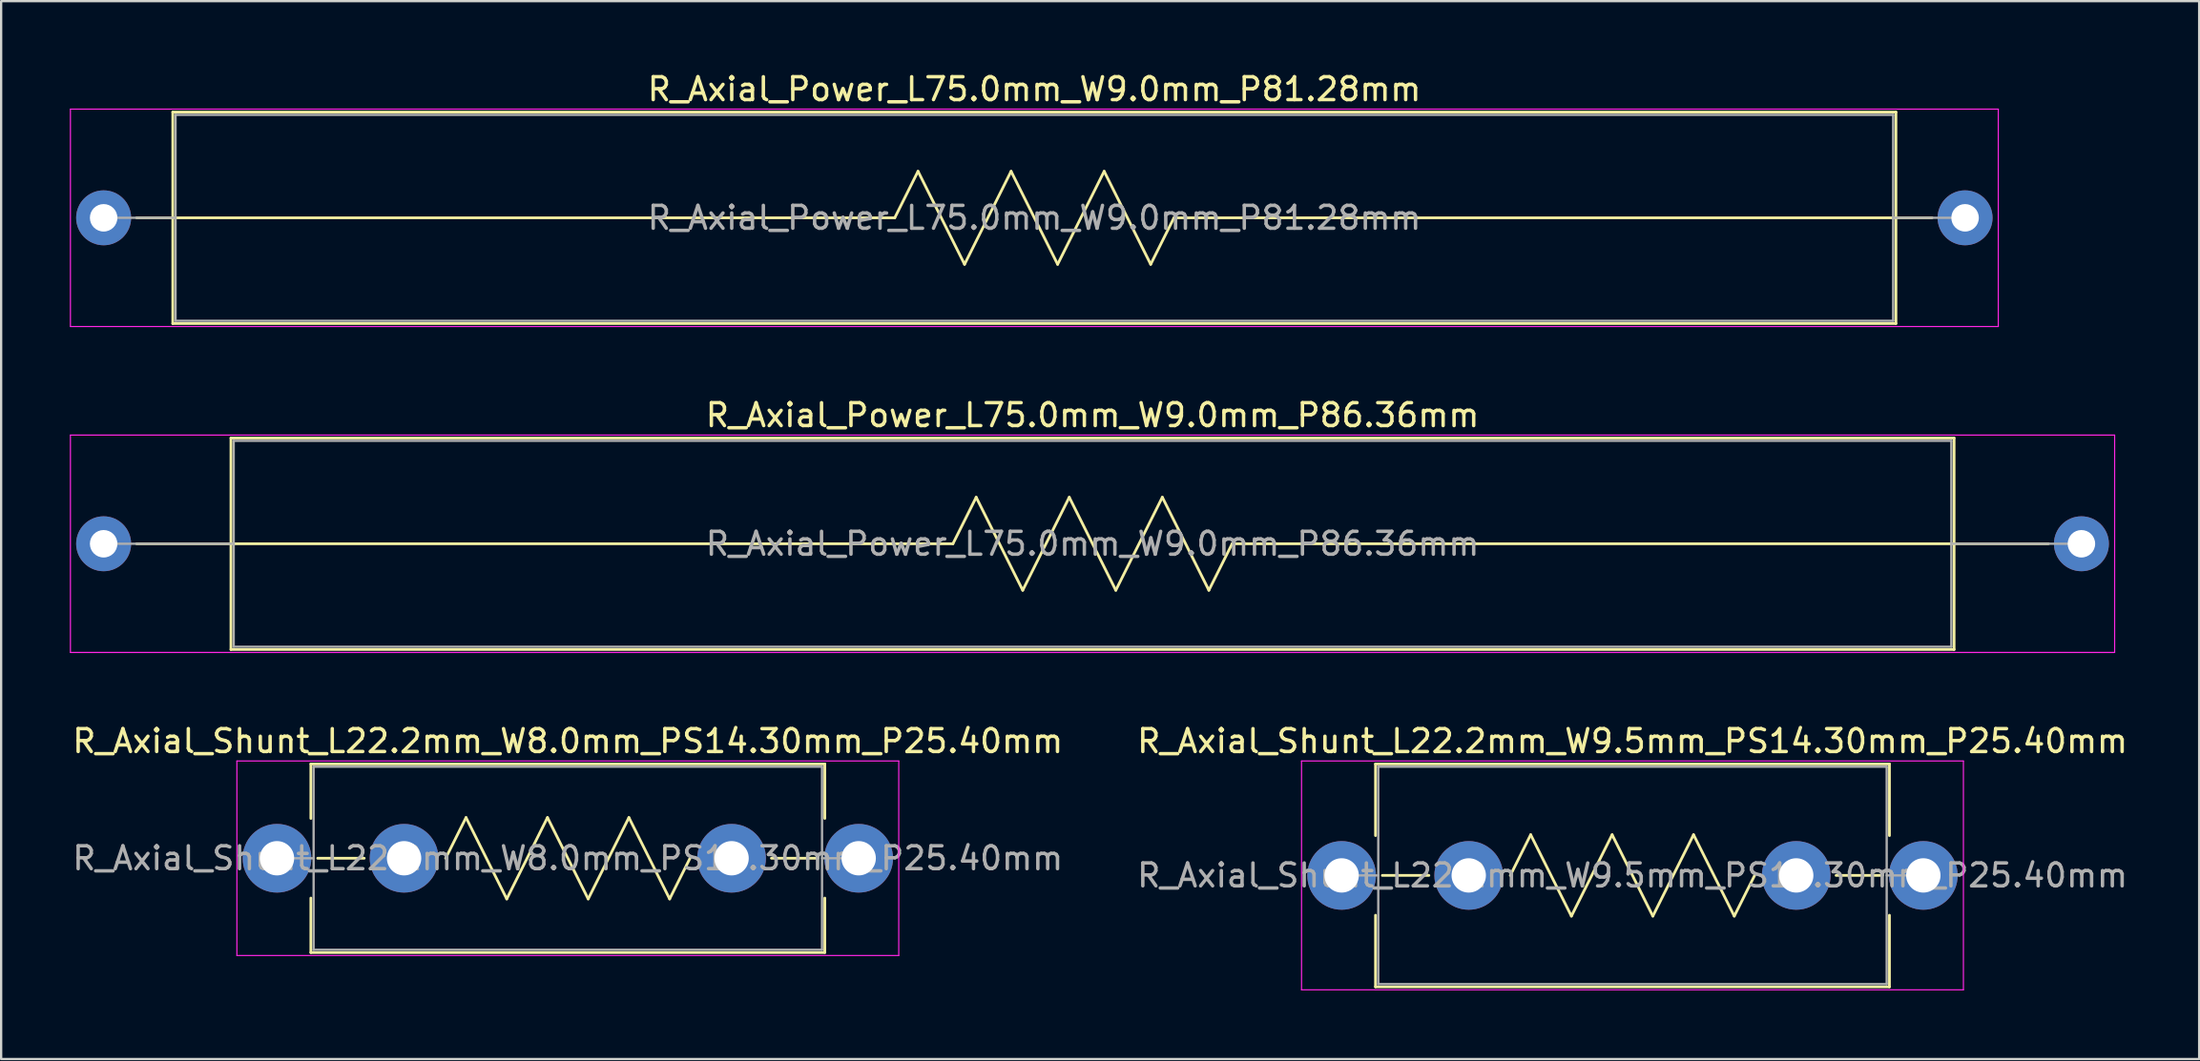
<source format=kicad_pcb>
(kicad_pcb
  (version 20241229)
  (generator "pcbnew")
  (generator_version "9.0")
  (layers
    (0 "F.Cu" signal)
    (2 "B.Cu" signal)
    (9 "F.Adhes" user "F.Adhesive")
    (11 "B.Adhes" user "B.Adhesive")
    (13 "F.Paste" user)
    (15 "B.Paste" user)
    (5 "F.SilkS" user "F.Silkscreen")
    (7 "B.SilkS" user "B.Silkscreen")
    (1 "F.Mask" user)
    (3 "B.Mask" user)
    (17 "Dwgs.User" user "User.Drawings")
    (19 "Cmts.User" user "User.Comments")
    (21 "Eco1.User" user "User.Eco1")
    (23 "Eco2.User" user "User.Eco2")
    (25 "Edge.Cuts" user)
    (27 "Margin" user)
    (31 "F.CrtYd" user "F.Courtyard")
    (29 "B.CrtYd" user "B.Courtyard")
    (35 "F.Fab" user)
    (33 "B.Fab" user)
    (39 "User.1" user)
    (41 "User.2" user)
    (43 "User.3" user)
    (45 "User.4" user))
  (footprint "R_Axial_Power_L75.0mm_W9.0mm_P86.36mm"
    (layer "F.Cu")
    (at 1.475 20.712)
    (property "Reference" "R_Axial_Power_L75.0mm_W9.0mm_P86.36mm" (at 43.18 -5.62 0) (layer "F.SilkS") (effects (font (size 1 1) (thickness 0.15))))
    (attr through_hole)
    (fp_line (start 1.44 0) (end 5.56 0) (stroke (width 0.12) (type solid)) (layer "F.SilkS"))
    (fp_line (start 5.56 -4.62) (end 5.56 4.62) (stroke (width 0.12) (type solid)) (layer "F.SilkS"))
    (fp_line (start 5.56 0) (end 37.084 0) (stroke (width 0.12) (type solid)) (layer "F.SilkS"))
    (fp_line (start 5.56 4.62) (end 80.8 4.62) (stroke (width 0.12) (type solid)) (layer "F.SilkS"))
    (fp_line (start 37.084 0) (end 38.1 -2.032) (stroke (width 0.12) (type solid)) (layer "F.SilkS"))
    (fp_line (start 38.1 -2.032) (end 40.132 2.032) (stroke (width 0.12) (type solid)) (layer "F.SilkS"))
    (fp_line (start 40.132 2.032) (end 42.164 -2.032) (stroke (width 0.12) (type solid)) (layer "F.SilkS"))
    (fp_line (start 42.164 -2.032) (end 44.196 2.032) (stroke (width 0.12) (type solid)) (layer "F.SilkS"))
    (fp_line (start 44.196 2.032) (end 46.228 -2.032) (stroke (width 0.12) (type solid)) (layer "F.SilkS"))
    (fp_line (start 46.228 -2.032) (end 48.26 2.032) (stroke (width 0.12) (type solid)) (layer "F.SilkS"))
    (fp_line (start 48.26 2.032) (end 49.276 0) (stroke (width 0.12) (type solid)) (layer "F.SilkS"))
    (fp_line (start 80.8 -4.62) (end 5.56 -4.62) (stroke (width 0.12) (type solid)) (layer "F.SilkS"))
    (fp_line (start 80.8 0) (end 49.276 0) (stroke (width 0.12) (type solid)) (layer "F.SilkS"))
    (fp_line (start 80.8 4.62) (end 80.8 -4.62) (stroke (width 0.12) (type solid)) (layer "F.SilkS"))
    (fp_line (start 84.92 0) (end 80.8 0) (stroke (width 0.12) (type solid)) (layer "F.SilkS"))
    (fp_line (start -1.45 -4.75) (end -1.45 4.75) (stroke (width 0.05) (type solid)) (layer "F.CrtYd"))
    (fp_line (start -1.45 4.75) (end 87.81 4.75) (stroke (width 0.05) (type solid)) (layer "F.CrtYd"))
    (fp_line (start 87.81 -4.75) (end -1.45 -4.75) (stroke (width 0.05) (type solid)) (layer "F.CrtYd"))
    (fp_line (start 87.81 4.75) (end 87.81 -4.75) (stroke (width 0.05) (type solid)) (layer "F.CrtYd"))
    (fp_line (start 0 0) (end 5.68 0) (stroke (width 0.1) (type solid)) (layer "F.Fab"))
    (fp_line (start 5.68 -4.5) (end 5.68 4.5) (stroke (width 0.1) (type solid)) (layer "F.Fab"))
    (fp_line (start 5.68 4.5) (end 80.68 4.5) (stroke (width 0.1) (type solid)) (layer "F.Fab"))
    (fp_line (start 80.68 -4.5) (end 5.68 -4.5) (stroke (width 0.1) (type solid)) (layer "F.Fab"))
    (fp_line (start 80.68 4.5) (end 80.68 -4.5) (stroke (width 0.1) (type solid)) (layer "F.Fab"))
    (fp_line (start 86.36 0) (end 80.68 0) (stroke (width 0.1) (type solid)) (layer "F.Fab"))
    (fp_text user "${REFERENCE}" (at 43.18 0 0) (layer "F.Fab") (effects (font (size 1 1) (thickness 0.15))))
    (pad "1" thru_hole circle (at 0 0) (size 2.4 2.4) (drill 1.2) (layers "*.Cu" "*.Mask"))
    (pad "2" thru_hole oval (at 86.36 0) (size 2.4 2.4) (drill 1.2) (layers "*.Cu" "*.Mask")))
  (footprint "R_Axial_Shunt_L22.2mm_W8.0mm_PS14.30mm_P25.40mm"
    (layer "F.Cu")
    (at 9.044 34.455)
    (property "Reference" "R_Axial_Shunt_L22.2mm_W8.0mm_PS14.30mm_P25.40mm" (at 12.7 -5.12 0) (layer "F.SilkS") (effects (font (size 1 1) (thickness 0.15))))
    (attr through_hole)
    (fp_line (start 1.48 -4.12) (end 23.92 -4.12) (stroke (width 0.12) (type solid)) (layer "F.SilkS"))
    (fp_line (start 1.48 -1.74) (end 1.48 -4.12) (stroke (width 0.12) (type solid)) (layer "F.SilkS"))
    (fp_line (start 1.48 1.74) (end 1.48 4.12) (stroke (width 0.12) (type solid)) (layer "F.SilkS"))
    (fp_line (start 1.48 4.12) (end 23.92 4.12) (stroke (width 0.12) (type solid)) (layer "F.SilkS"))
    (fp_line (start 1.778 0) (end 3.81 0) (stroke (width 0.12) (type solid)) (layer "F.SilkS"))
    (fp_line (start 7.366 0) (end 8.255 -1.778) (stroke (width 0.12) (type solid)) (layer "F.SilkS"))
    (fp_line (start 8.255 -1.778) (end 10.033 1.778) (stroke (width 0.12) (type solid)) (layer "F.SilkS"))
    (fp_line (start 10.033 1.778) (end 11.811 -1.778) (stroke (width 0.12) (type solid)) (layer "F.SilkS"))
    (fp_line (start 11.811 -1.778) (end 13.589 1.778) (stroke (width 0.12) (type solid)) (layer "F.SilkS"))
    (fp_line (start 13.589 1.778) (end 15.367 -1.778) (stroke (width 0.12) (type solid)) (layer "F.SilkS"))
    (fp_line (start 15.367 -1.778) (end 17.145 1.778) (stroke (width 0.12) (type solid)) (layer "F.SilkS"))
    (fp_line (start 17.145 1.778) (end 18.034 0) (stroke (width 0.12) (type solid)) (layer "F.SilkS"))
    (fp_line (start 23.622 0) (end 21.59 0) (stroke (width 0.12) (type solid)) (layer "F.SilkS"))
    (fp_line (start 23.92 -4.12) (end 23.92 -1.74) (stroke (width 0.12) (type solid)) (layer "F.SilkS"))
    (fp_line (start 23.92 4.12) (end 23.92 1.74) (stroke (width 0.12) (type solid)) (layer "F.SilkS"))
    (fp_line (start -1.75 -4.25) (end -1.75 4.25) (stroke (width 0.05) (type solid)) (layer "F.CrtYd"))
    (fp_line (start -1.75 4.25) (end 27.15 4.25) (stroke (width 0.05) (type solid)) (layer "F.CrtYd"))
    (fp_line (start 27.15 -4.25) (end -1.75 -4.25) (stroke (width 0.05) (type solid)) (layer "F.CrtYd"))
    (fp_line (start 27.15 4.25) (end 27.15 -4.25) (stroke (width 0.05) (type solid)) (layer "F.CrtYd"))
    (fp_line (start 0 0) (end 1.6 0) (stroke (width 0.1) (type solid)) (layer "F.Fab"))
    (fp_line (start 1.6 -4) (end 1.6 4) (stroke (width 0.1) (type solid)) (layer "F.Fab"))
    (fp_line (start 1.6 4) (end 23.8 4) (stroke (width 0.1) (type solid)) (layer "F.Fab"))
    (fp_line (start 23.8 -4) (end 1.6 -4) (stroke (width 0.1) (type solid)) (layer "F.Fab"))
    (fp_line (start 23.8 4) (end 23.8 -4) (stroke (width 0.1) (type solid)) (layer "F.Fab"))
    (fp_line (start 25.4 0) (end 23.8 0) (stroke (width 0.1) (type solid)) (layer "F.Fab"))
    (fp_text user "${REFERENCE}" (at 12.7 0 0) (layer "F.Fab") (effects (font (size 1 1) (thickness 0.15))))
    (pad "1" thru_hole circle (at 0 0) (size 3 3) (drill 1.5) (layers "*.Cu" "*.Mask"))
    (pad "2" thru_hole oval (at 5.55 0) (size 3 3) (drill 1.5) (layers "*.Cu" "*.Mask"))
    (pad "3" thru_hole oval (at 19.85 0) (size 3 3) (drill 1.5) (layers "*.Cu" "*.Mask"))
    (pad "4" thru_hole oval (at 25.4 0) (size 3 3) (drill 1.5) (layers "*.Cu" "*.Mask")))
  (footprint "R_Axial_Power_L75.0mm_W9.0mm_P81.28mm"
    (layer "F.Cu")
    (at 1.475 6.468)
    (property "Reference" "R_Axial_Power_L75.0mm_W9.0mm_P81.28mm" (at 40.64 -5.62 0) (layer "F.SilkS") (effects (font (size 1 1) (thickness 0.15))))
    (attr through_hole)
    (fp_line (start 1.44 0) (end 3.02 0) (stroke (width 0.12) (type solid)) (layer "F.SilkS"))
    (fp_line (start 3.02 -4.62) (end 3.02 4.62) (stroke (width 0.12) (type solid)) (layer "F.SilkS"))
    (fp_line (start 3.02 0) (end 34.544 0) (stroke (width 0.12) (type solid)) (layer "F.SilkS"))
    (fp_line (start 3.02 4.62) (end 78.26 4.62) (stroke (width 0.12) (type solid)) (layer "F.SilkS"))
    (fp_line (start 34.544 0) (end 35.56 -2.032) (stroke (width 0.12) (type solid)) (layer "F.SilkS"))
    (fp_line (start 35.56 -2.032) (end 37.592 2.032) (stroke (width 0.12) (type solid)) (layer "F.SilkS"))
    (fp_line (start 37.592 2.032) (end 39.624 -2.032) (stroke (width 0.12) (type solid)) (layer "F.SilkS"))
    (fp_line (start 39.624 -2.032) (end 41.656 2.032) (stroke (width 0.12) (type solid)) (layer "F.SilkS"))
    (fp_line (start 41.656 2.032) (end 43.688 -2.032) (stroke (width 0.12) (type solid)) (layer "F.SilkS"))
    (fp_line (start 43.688 -2.032) (end 45.72 2.032) (stroke (width 0.12) (type solid)) (layer "F.SilkS"))
    (fp_line (start 45.72 2.032) (end 46.736 0) (stroke (width 0.12) (type solid)) (layer "F.SilkS"))
    (fp_line (start 78.26 -4.62) (end 3.02 -4.62) (stroke (width 0.12) (type solid)) (layer "F.SilkS"))
    (fp_line (start 78.26 0) (end 46.736 0) (stroke (width 0.12) (type solid)) (layer "F.SilkS"))
    (fp_line (start 78.26 4.62) (end 78.26 -4.62) (stroke (width 0.12) (type solid)) (layer "F.SilkS"))
    (fp_line (start 79.84 0) (end 78.26 0) (stroke (width 0.12) (type solid)) (layer "F.SilkS"))
    (fp_line (start -1.45 -4.75) (end -1.45 4.75) (stroke (width 0.05) (type solid)) (layer "F.CrtYd"))
    (fp_line (start -1.45 4.75) (end 82.73 4.75) (stroke (width 0.05) (type solid)) (layer "F.CrtYd"))
    (fp_line (start 82.73 -4.75) (end -1.45 -4.75) (stroke (width 0.05) (type solid)) (layer "F.CrtYd"))
    (fp_line (start 82.73 4.75) (end 82.73 -4.75) (stroke (width 0.05) (type solid)) (layer "F.CrtYd"))
    (fp_line (start 0 0) (end 3.14 0) (stroke (width 0.1) (type solid)) (layer "F.Fab"))
    (fp_line (start 3.14 -4.5) (end 3.14 4.5) (stroke (width 0.1) (type solid)) (layer "F.Fab"))
    (fp_line (start 3.14 4.5) (end 78.14 4.5) (stroke (width 0.1) (type solid)) (layer "F.Fab"))
    (fp_line (start 78.14 -4.5) (end 3.14 -4.5) (stroke (width 0.1) (type solid)) (layer "F.Fab"))
    (fp_line (start 78.14 4.5) (end 78.14 -4.5) (stroke (width 0.1) (type solid)) (layer "F.Fab"))
    (fp_line (start 81.28 0) (end 78.14 0) (stroke (width 0.1) (type solid)) (layer "F.Fab"))
    (fp_text user "${REFERENCE}" (at 40.64 0 0) (layer "F.Fab") (effects (font (size 1 1) (thickness 0.15))))
    (pad "1" thru_hole circle (at 0 0) (size 2.4 2.4) (drill 1.2) (layers "*.Cu" "*.Mask"))
    (pad "2" thru_hole oval (at 81.28 0) (size 2.4 2.4) (drill 1.2) (layers "*.Cu" "*.Mask")))
  (footprint "R_Axial_Shunt_L22.2mm_W9.5mm_PS14.30mm_P25.40mm"
    (layer "F.Cu")
    (at 55.532 35.205)
    (property "Reference" "R_Axial_Shunt_L22.2mm_W9.5mm_PS14.30mm_P25.40mm" (at 12.7 -5.87 0) (layer "F.SilkS") (effects (font (size 1 1) (thickness 0.15))))
    (attr through_hole)
    (fp_line (start 1.48 -4.87) (end 23.92 -4.87) (stroke (width 0.12) (type solid)) (layer "F.SilkS"))
    (fp_line (start 1.48 -1.74) (end 1.48 -4.87) (stroke (width 0.12) (type solid)) (layer "F.SilkS"))
    (fp_line (start 1.48 1.74) (end 1.48 4.87) (stroke (width 0.12) (type solid)) (layer "F.SilkS"))
    (fp_line (start 1.48 4.87) (end 23.92 4.87) (stroke (width 0.12) (type solid)) (layer "F.SilkS"))
    (fp_line (start 1.778 0) (end 3.81 0) (stroke (width 0.12) (type solid)) (layer "F.SilkS"))
    (fp_line (start 7.366 0) (end 8.255 -1.778) (stroke (width 0.12) (type solid)) (layer "F.SilkS"))
    (fp_line (start 8.255 -1.778) (end 10.033 1.778) (stroke (width 0.12) (type solid)) (layer "F.SilkS"))
    (fp_line (start 10.033 1.778) (end 11.811 -1.778) (stroke (width 0.12) (type solid)) (layer "F.SilkS"))
    (fp_line (start 11.811 -1.778) (end 13.589 1.778) (stroke (width 0.12) (type solid)) (layer "F.SilkS"))
    (fp_line (start 13.589 1.778) (end 15.367 -1.778) (stroke (width 0.12) (type solid)) (layer "F.SilkS"))
    (fp_line (start 15.367 -1.778) (end 17.145 1.778) (stroke (width 0.12) (type solid)) (layer "F.SilkS"))
    (fp_line (start 17.145 1.778) (end 18.034 0) (stroke (width 0.12) (type solid)) (layer "F.SilkS"))
    (fp_line (start 21.59 0) (end 23.622 0) (stroke (width 0.12) (type solid)) (layer "F.SilkS"))
    (fp_line (start 23.92 -4.87) (end 23.92 -1.74) (stroke (width 0.12) (type solid)) (layer "F.SilkS"))
    (fp_line (start 23.92 4.87) (end 23.92 1.74) (stroke (width 0.12) (type solid)) (layer "F.SilkS"))
    (fp_line (start -1.75 -5) (end -1.75 5) (stroke (width 0.05) (type solid)) (layer "F.CrtYd"))
    (fp_line (start -1.75 5) (end 27.15 5) (stroke (width 0.05) (type solid)) (layer "F.CrtYd"))
    (fp_line (start 27.15 -5) (end -1.75 -5) (stroke (width 0.05) (type solid)) (layer "F.CrtYd"))
    (fp_line (start 27.15 5) (end 27.15 -5) (stroke (width 0.05) (type solid)) (layer "F.CrtYd"))
    (fp_line (start 0 0) (end 1.6 0) (stroke (width 0.1) (type solid)) (layer "F.Fab"))
    (fp_line (start 1.6 -4.75) (end 1.6 4.75) (stroke (width 0.1) (type solid)) (layer "F.Fab"))
    (fp_line (start 1.6 4.75) (end 23.8 4.75) (stroke (width 0.1) (type solid)) (layer "F.Fab"))
    (fp_line (start 23.8 -4.75) (end 1.6 -4.75) (stroke (width 0.1) (type solid)) (layer "F.Fab"))
    (fp_line (start 23.8 4.75) (end 23.8 -4.75) (stroke (width 0.1) (type solid)) (layer "F.Fab"))
    (fp_line (start 25.4 0) (end 23.8 0) (stroke (width 0.1) (type solid)) (layer "F.Fab"))
    (fp_text user "${REFERENCE}" (at 12.7 0 0) (layer "F.Fab") (effects (font (size 1 1) (thickness 0.15))))
    (pad "1" thru_hole circle (at 0 0) (size 3 3) (drill 1.5) (layers "*.Cu" "*.Mask"))
    (pad "2" thru_hole oval (at 5.55 0) (size 3 3) (drill 1.5) (layers "*.Cu" "*.Mask"))
    (pad "3" thru_hole oval (at 19.85 0) (size 3 3) (drill 1.5) (layers "*.Cu" "*.Mask"))
    (pad "4" thru_hole oval (at 25.4 0) (size 3 3) (drill 1.5) (layers "*.Cu" "*.Mask")))
  (gr_rect
    (start -3 -3)
    (end 92.976 43.23)
    (stroke (width 0.1) (type default))
    (fill no)
    (layer "Edge.Cuts")))
</source>
